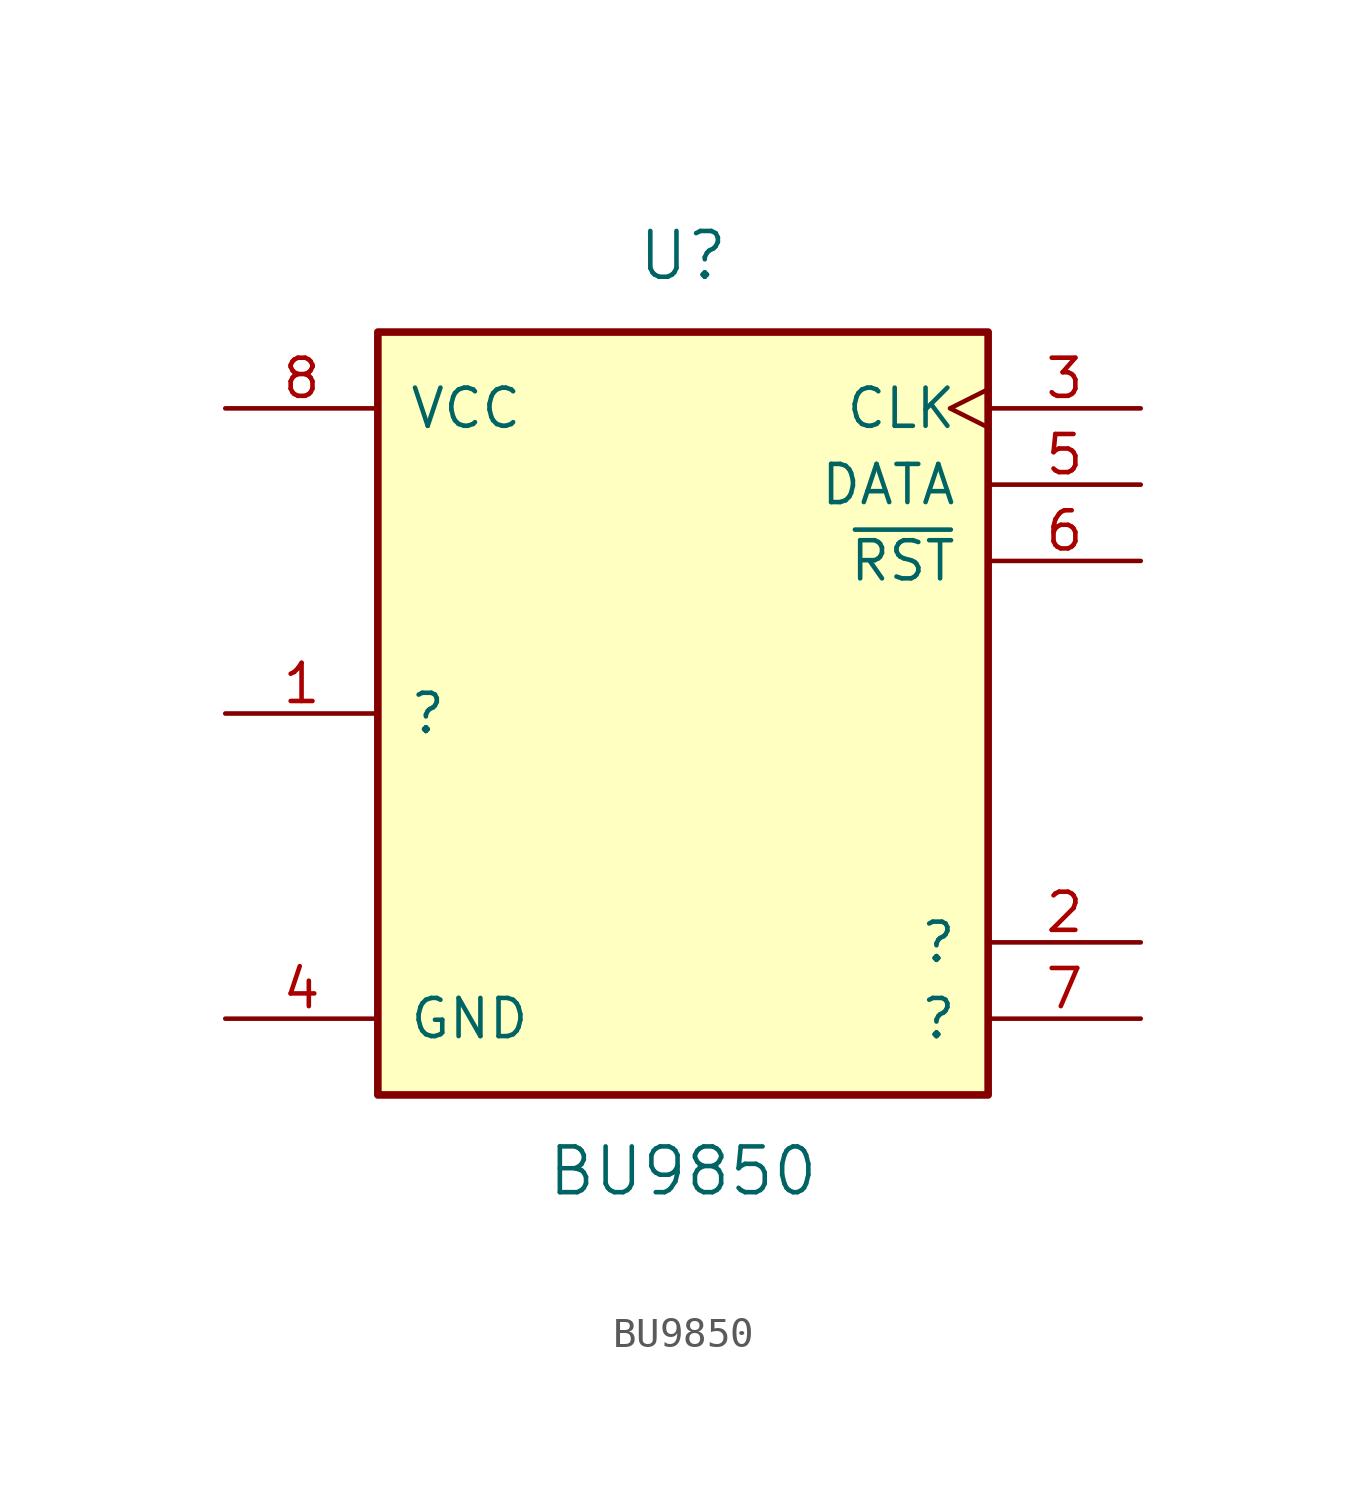
<source format=kicad_sym>
(kicad_symbol_lib
  (version 20231120)
  (generator "kicad_symbol_editor")
  (generator_version "8.0")
  (symbol "BU9850"
    (pin_names
      (offset 1.016))
    (property "Reference" "U"
      (at 0 15.24 0)
      (effects (font (size 1.524 1.524))))
    (property "Value" "BU9850"
      (at 0 -15.24 0)
      (effects (font (size 1.524 1.524))))
    (symbol "BU9850_1_1"
      (rectangle (start -10.16 12.7) (end 10.16 -12.7) (stroke (width 0.254) (type solid)) (fill (type background)))
      (pin input line (at -15.24 0 0) (length 5.08) (name "?" (effects (font (size 1.27 1.27)))) (number "1" (effects (font (size 1.27 1.27)))))
      (pin passive line (at 15.24 -7.62 180) (length 5.08) (name "?" (effects (font (size 1.27 1.27)))) (number "2" (effects (font (size 1.27 1.27)))))
      (pin input clock (at 15.24 10.16 180) (length 5.08) (name "CLK" (effects (font (size 1.27 1.27)))) (number "3" (effects (font (size 1.27 1.27)))))
      (pin power_in line (at -15.24 -10.16 0) (length 5.08) (name "GND" (effects (font (size 1.27 1.27)))) (number "4" (effects (font (size 1.27 1.27)))))
      (pin bidirectional line (at 15.24 7.62 180) (length 5.08) (name "DATA" (effects (font (size 1.27 1.27)))) (number "5" (effects (font (size 1.27 1.27)))))
      (pin input line (at 15.24 5.08 180) (length 5.08) (name "~{RST}" (effects (font (size 1.27 1.27)))) (number "6" (effects (font (size 1.27 1.27)))))
      (pin passive line (at 15.24 -10.16 180) (length 5.08) (name "?" (effects (font (size 1.27 1.27)))) (number "7" (effects (font (size 1.27 1.27)))))
      (pin power_in line (at -15.24 10.16 0) (length 5.08) (name "VCC" (effects (font (size 1.27 1.27)))) (number "8" (effects (font (size 1.27 1.27))))))))
</source>
